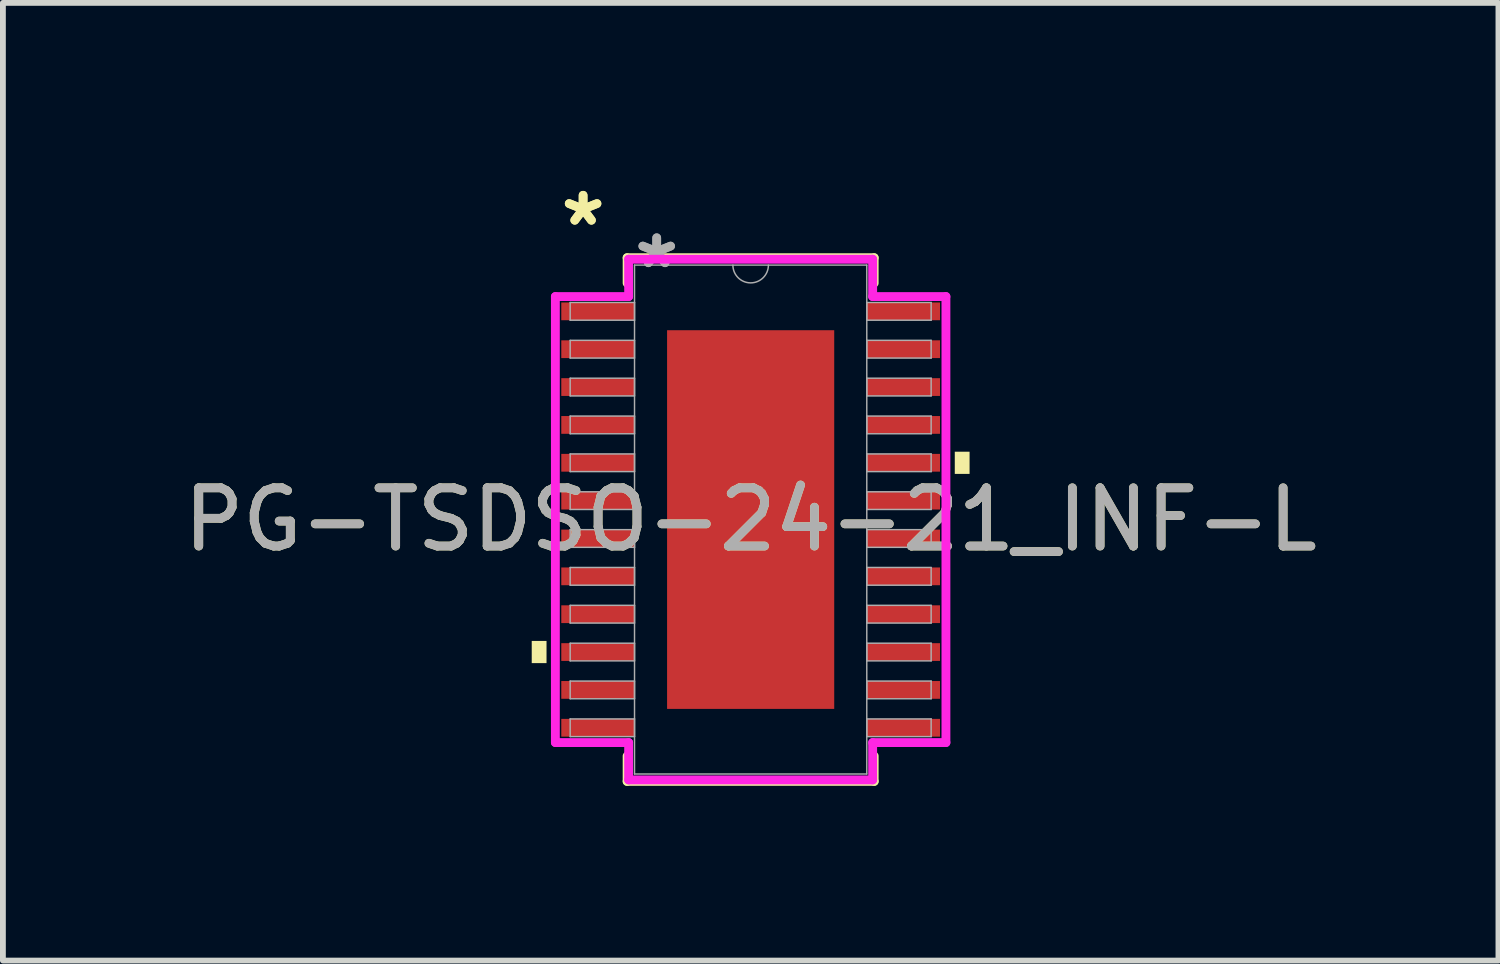
<source format=kicad_pcb>
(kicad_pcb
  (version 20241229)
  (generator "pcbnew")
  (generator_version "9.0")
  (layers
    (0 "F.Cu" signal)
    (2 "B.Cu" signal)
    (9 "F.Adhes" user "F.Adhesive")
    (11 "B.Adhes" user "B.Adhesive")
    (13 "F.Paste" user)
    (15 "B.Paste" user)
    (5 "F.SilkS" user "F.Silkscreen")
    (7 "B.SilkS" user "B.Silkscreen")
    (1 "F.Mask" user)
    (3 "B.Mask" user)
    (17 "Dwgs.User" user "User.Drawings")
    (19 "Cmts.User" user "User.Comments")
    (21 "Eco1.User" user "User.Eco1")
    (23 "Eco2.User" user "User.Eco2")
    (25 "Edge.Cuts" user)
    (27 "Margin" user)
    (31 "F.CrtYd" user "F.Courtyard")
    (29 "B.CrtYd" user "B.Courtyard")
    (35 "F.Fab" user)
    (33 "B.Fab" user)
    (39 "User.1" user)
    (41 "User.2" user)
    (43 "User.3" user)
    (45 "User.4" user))
  (footprint "PG-TSDSO-24-21_INF-L"
    (layer "F.Cu")
    (at 9.839 5.871)
    (property "Reference" "PG-TSDSO-24-21_INF-L" (at 0 0 0) (unlocked yes) (layer "F.SilkS") (effects (font (size 1 1) (thickness 0.15))))
    (attr smd)
    (fp_line (start -2.121 -4.496) (end -2.121 -4.06) (stroke (width 0.152) (type solid)) (layer "F.SilkS"))
    (fp_line (start -2.121 4.06) (end -2.121 4.496) (stroke (width 0.152) (type solid)) (layer "F.SilkS"))
    (fp_line (start -2.121 4.496) (end 2.121 4.496) (stroke (width 0.152) (type solid)) (layer "F.SilkS"))
    (fp_line (start 2.121 -4.496) (end -2.121 -4.496) (stroke (width 0.152) (type solid)) (layer "F.SilkS"))
    (fp_line (start 2.121 -4.06) (end 2.121 -4.496) (stroke (width 0.152) (type solid)) (layer "F.SilkS"))
    (fp_line (start 2.121 4.496) (end 2.121 4.06) (stroke (width 0.152) (type solid)) (layer "F.SilkS"))
    (fp_poly (pts (xy -3.759 2.084) (xy -3.759 2.465) (xy -3.505 2.465) (xy -3.505 2.084)) (stroke (width 0) (type solid)) (fill yes) (layer "F.SilkS"))
    (fp_poly (pts (xy 3.759 -1.165) (xy 3.759 -0.784) (xy 3.505 -0.784) (xy 3.505 -1.165)) (stroke (width 0) (type solid)) (fill yes) (layer "F.SilkS"))
    (fp_poly (pts (xy -1.335 -3.151) (xy -1.335 -2.051) (xy -0.1 -2.051) (xy -0.1 -3.151)) (stroke (width 0) (type solid)) (fill yes) (layer "F.Paste"))
    (fp_poly (pts (xy -1.335 -1.851) (xy -1.335 -0.75) (xy -0.1 -0.75) (xy -0.1 -1.851)) (stroke (width 0) (type solid)) (fill yes) (layer "F.Paste"))
    (fp_poly (pts (xy -1.335 -0.55) (xy -1.335 0.55) (xy -0.1 0.55) (xy -0.1 -0.55)) (stroke (width 0) (type solid)) (fill yes) (layer "F.Paste"))
    (fp_poly (pts (xy -1.335 0.75) (xy -1.335 1.851) (xy -0.1 1.851) (xy -0.1 0.75)) (stroke (width 0) (type solid)) (fill yes) (layer "F.Paste"))
    (fp_poly (pts (xy -1.335 2.051) (xy -1.335 3.151) (xy -0.1 3.151) (xy -0.1 2.051)) (stroke (width 0) (type solid)) (fill yes) (layer "F.Paste"))
    (fp_poly (pts (xy 0.1 -3.151) (xy 0.1 -2.051) (xy 1.335 -2.051) (xy 1.335 -3.151)) (stroke (width 0) (type solid)) (fill yes) (layer "F.Paste"))
    (fp_poly (pts (xy 0.1 -1.851) (xy 0.1 -0.75) (xy 1.335 -0.75) (xy 1.335 -1.851)) (stroke (width 0) (type solid)) (fill yes) (layer "F.Paste"))
    (fp_poly (pts (xy 0.1 -0.55) (xy 0.1 0.55) (xy 1.335 0.55) (xy 1.335 -0.55)) (stroke (width 0) (type solid)) (fill yes) (layer "F.Paste"))
    (fp_poly (pts (xy 0.1 0.75) (xy 0.1 1.851) (xy 1.335 1.851) (xy 1.335 0.75)) (stroke (width 0) (type solid)) (fill yes) (layer "F.Paste"))
    (fp_poly (pts (xy 0.1 2.051) (xy 0.1 3.151) (xy 1.335 3.151) (xy 1.335 2.051)) (stroke (width 0) (type solid)) (fill yes) (layer "F.Paste"))
    (fp_line (start -3.353 -3.829) (end -2.095 -3.829) (stroke (width 0.152) (type solid)) (layer "F.CrtYd"))
    (fp_line (start -3.353 3.829) (end -3.353 -3.829) (stroke (width 0.152) (type solid)) (layer "F.CrtYd"))
    (fp_line (start -3.353 3.829) (end -2.095 3.829) (stroke (width 0.152) (type solid)) (layer "F.CrtYd"))
    (fp_line (start -2.095 -4.47) (end 2.095 -4.47) (stroke (width 0.152) (type solid)) (layer "F.CrtYd"))
    (fp_line (start -2.095 -3.829) (end -2.095 -4.47) (stroke (width 0.152) (type solid)) (layer "F.CrtYd"))
    (fp_line (start -2.095 4.47) (end -2.095 3.829) (stroke (width 0.152) (type solid)) (layer "F.CrtYd"))
    (fp_line (start 2.095 -4.47) (end 2.095 -3.829) (stroke (width 0.152) (type solid)) (layer "F.CrtYd"))
    (fp_line (start 2.095 3.829) (end 2.095 4.47) (stroke (width 0.152) (type solid)) (layer "F.CrtYd"))
    (fp_line (start 2.095 4.47) (end -2.095 4.47) (stroke (width 0.152) (type solid)) (layer "F.CrtYd"))
    (fp_line (start 3.353 -3.829) (end 2.095 -3.829) (stroke (width 0.152) (type solid)) (layer "F.CrtYd"))
    (fp_line (start 3.353 -3.829) (end 3.353 3.829) (stroke (width 0.152) (type solid)) (layer "F.CrtYd"))
    (fp_line (start 3.353 3.829) (end 2.095 3.829) (stroke (width 0.152) (type solid)) (layer "F.CrtYd"))
    (fp_line (start -3.099 -3.727) (end -3.099 -3.423) (stroke (width 0.025) (type solid)) (layer "F.Fab"))
    (fp_line (start -3.099 -3.423) (end -1.994 -3.423) (stroke (width 0.025) (type solid)) (layer "F.Fab"))
    (fp_line (start -3.099 -3.077) (end -3.099 -2.773) (stroke (width 0.025) (type solid)) (layer "F.Fab"))
    (fp_line (start -3.099 -2.773) (end -1.994 -2.773) (stroke (width 0.025) (type solid)) (layer "F.Fab"))
    (fp_line (start -3.099 -2.427) (end -3.099 -2.123) (stroke (width 0.025) (type solid)) (layer "F.Fab"))
    (fp_line (start -3.099 -2.123) (end -1.994 -2.123) (stroke (width 0.025) (type solid)) (layer "F.Fab"))
    (fp_line (start -3.099 -1.777) (end -3.099 -1.473) (stroke (width 0.025) (type solid)) (layer "F.Fab"))
    (fp_line (start -3.099 -1.473) (end -1.994 -1.473) (stroke (width 0.025) (type solid)) (layer "F.Fab"))
    (fp_line (start -3.099 -1.127) (end -3.099 -0.823) (stroke (width 0.025) (type solid)) (layer "F.Fab"))
    (fp_line (start -3.099 -0.823) (end -1.994 -0.823) (stroke (width 0.025) (type solid)) (layer "F.Fab"))
    (fp_line (start -3.099 -0.477) (end -3.099 -0.173) (stroke (width 0.025) (type solid)) (layer "F.Fab"))
    (fp_line (start -3.099 -0.173) (end -1.994 -0.173) (stroke (width 0.025) (type solid)) (layer "F.Fab"))
    (fp_line (start -3.099 0.173) (end -3.099 0.477) (stroke (width 0.025) (type solid)) (layer "F.Fab"))
    (fp_line (start -3.099 0.477) (end -1.994 0.477) (stroke (width 0.025) (type solid)) (layer "F.Fab"))
    (fp_line (start -3.099 0.823) (end -3.099 1.127) (stroke (width 0.025) (type solid)) (layer "F.Fab"))
    (fp_line (start -3.099 1.127) (end -1.994 1.127) (stroke (width 0.025) (type solid)) (layer "F.Fab"))
    (fp_line (start -3.099 1.473) (end -3.099 1.777) (stroke (width 0.025) (type solid)) (layer "F.Fab"))
    (fp_line (start -3.099 1.777) (end -1.994 1.777) (stroke (width 0.025) (type solid)) (layer "F.Fab"))
    (fp_line (start -3.099 2.123) (end -3.099 2.427) (stroke (width 0.025) (type solid)) (layer "F.Fab"))
    (fp_line (start -3.099 2.427) (end -1.994 2.427) (stroke (width 0.025) (type solid)) (layer "F.Fab"))
    (fp_line (start -3.099 2.773) (end -3.099 3.077) (stroke (width 0.025) (type solid)) (layer "F.Fab"))
    (fp_line (start -3.099 3.077) (end -1.994 3.077) (stroke (width 0.025) (type solid)) (layer "F.Fab"))
    (fp_line (start -3.099 3.423) (end -3.099 3.727) (stroke (width 0.025) (type solid)) (layer "F.Fab"))
    (fp_line (start -3.099 3.727) (end -1.994 3.727) (stroke (width 0.025) (type solid)) (layer "F.Fab"))
    (fp_line (start -1.994 -4.369) (end -1.994 4.369) (stroke (width 0.025) (type solid)) (layer "F.Fab"))
    (fp_line (start -1.994 -3.727) (end -3.099 -3.727) (stroke (width 0.025) (type solid)) (layer "F.Fab"))
    (fp_line (start -1.994 -3.423) (end -1.994 -3.727) (stroke (width 0.025) (type solid)) (layer "F.Fab"))
    (fp_line (start -1.994 -3.077) (end -3.099 -3.077) (stroke (width 0.025) (type solid)) (layer "F.Fab"))
    (fp_line (start -1.994 -2.773) (end -1.994 -3.077) (stroke (width 0.025) (type solid)) (layer "F.Fab"))
    (fp_line (start -1.994 -2.427) (end -3.099 -2.427) (stroke (width 0.025) (type solid)) (layer "F.Fab"))
    (fp_line (start -1.994 -2.123) (end -1.994 -2.427) (stroke (width 0.025) (type solid)) (layer "F.Fab"))
    (fp_line (start -1.994 -1.777) (end -3.099 -1.777) (stroke (width 0.025) (type solid)) (layer "F.Fab"))
    (fp_line (start -1.994 -1.473) (end -1.994 -1.777) (stroke (width 0.025) (type solid)) (layer "F.Fab"))
    (fp_line (start -1.994 -1.127) (end -3.099 -1.127) (stroke (width 0.025) (type solid)) (layer "F.Fab"))
    (fp_line (start -1.994 -0.823) (end -1.994 -1.127) (stroke (width 0.025) (type solid)) (layer "F.Fab"))
    (fp_line (start -1.994 -0.477) (end -3.099 -0.477) (stroke (width 0.025) (type solid)) (layer "F.Fab"))
    (fp_line (start -1.994 -0.173) (end -1.994 -0.477) (stroke (width 0.025) (type solid)) (layer "F.Fab"))
    (fp_line (start -1.994 0.173) (end -3.099 0.173) (stroke (width 0.025) (type solid)) (layer "F.Fab"))
    (fp_line (start -1.994 0.477) (end -1.994 0.173) (stroke (width 0.025) (type solid)) (layer "F.Fab"))
    (fp_line (start -1.994 0.823) (end -3.099 0.823) (stroke (width 0.025) (type solid)) (layer "F.Fab"))
    (fp_line (start -1.994 1.127) (end -1.994 0.823) (stroke (width 0.025) (type solid)) (layer "F.Fab"))
    (fp_line (start -1.994 1.473) (end -3.099 1.473) (stroke (width 0.025) (type solid)) (layer "F.Fab"))
    (fp_line (start -1.994 1.777) (end -1.994 1.473) (stroke (width 0.025) (type solid)) (layer "F.Fab"))
    (fp_line (start -1.994 2.123) (end -3.099 2.123) (stroke (width 0.025) (type solid)) (layer "F.Fab"))
    (fp_line (start -1.994 2.427) (end -1.994 2.123) (stroke (width 0.025) (type solid)) (layer "F.Fab"))
    (fp_line (start -1.994 2.773) (end -3.099 2.773) (stroke (width 0.025) (type solid)) (layer "F.Fab"))
    (fp_line (start -1.994 3.077) (end -1.994 2.773) (stroke (width 0.025) (type solid)) (layer "F.Fab"))
    (fp_line (start -1.994 3.423) (end -3.099 3.423) (stroke (width 0.025) (type solid)) (layer "F.Fab"))
    (fp_line (start -1.994 3.727) (end -1.994 3.423) (stroke (width 0.025) (type solid)) (layer "F.Fab"))
    (fp_line (start -1.994 4.369) (end 1.994 4.369) (stroke (width 0.025) (type solid)) (layer "F.Fab"))
    (fp_line (start 1.994 -4.369) (end -1.994 -4.369) (stroke (width 0.025) (type solid)) (layer "F.Fab"))
    (fp_line (start 1.994 -3.727) (end 1.994 -3.423) (stroke (width 0.025) (type solid)) (layer "F.Fab"))
    (fp_line (start 1.994 -3.423) (end 3.099 -3.423) (stroke (width 0.025) (type solid)) (layer "F.Fab"))
    (fp_line (start 1.994 -3.077) (end 1.994 -2.773) (stroke (width 0.025) (type solid)) (layer "F.Fab"))
    (fp_line (start 1.994 -2.773) (end 3.099 -2.773) (stroke (width 0.025) (type solid)) (layer "F.Fab"))
    (fp_line (start 1.994 -2.427) (end 1.994 -2.123) (stroke (width 0.025) (type solid)) (layer "F.Fab"))
    (fp_line (start 1.994 -2.123) (end 3.099 -2.123) (stroke (width 0.025) (type solid)) (layer "F.Fab"))
    (fp_line (start 1.994 -1.777) (end 1.994 -1.473) (stroke (width 0.025) (type solid)) (layer "F.Fab"))
    (fp_line (start 1.994 -1.473) (end 3.099 -1.473) (stroke (width 0.025) (type solid)) (layer "F.Fab"))
    (fp_line (start 1.994 -1.127) (end 1.994 -0.823) (stroke (width 0.025) (type solid)) (layer "F.Fab"))
    (fp_line (start 1.994 -0.823) (end 3.099 -0.823) (stroke (width 0.025) (type solid)) (layer "F.Fab"))
    (fp_line (start 1.994 -0.477) (end 1.994 -0.173) (stroke (width 0.025) (type solid)) (layer "F.Fab"))
    (fp_line (start 1.994 -0.173) (end 3.099 -0.173) (stroke (width 0.025) (type solid)) (layer "F.Fab"))
    (fp_line (start 1.994 0.173) (end 1.994 0.477) (stroke (width 0.025) (type solid)) (layer "F.Fab"))
    (fp_line (start 1.994 0.477) (end 3.099 0.477) (stroke (width 0.025) (type solid)) (layer "F.Fab"))
    (fp_line (start 1.994 0.823) (end 1.994 1.127) (stroke (width 0.025) (type solid)) (layer "F.Fab"))
    (fp_line (start 1.994 1.127) (end 3.099 1.127) (stroke (width 0.025) (type solid)) (layer "F.Fab"))
    (fp_line (start 1.994 1.473) (end 1.994 1.777) (stroke (width 0.025) (type solid)) (layer "F.Fab"))
    (fp_line (start 1.994 1.777) (end 3.099 1.777) (stroke (width 0.025) (type solid)) (layer "F.Fab"))
    (fp_line (start 1.994 2.123) (end 1.994 2.427) (stroke (width 0.025) (type solid)) (layer "F.Fab"))
    (fp_line (start 1.994 2.427) (end 3.099 2.427) (stroke (width 0.025) (type solid)) (layer "F.Fab"))
    (fp_line (start 1.994 2.773) (end 1.994 3.077) (stroke (width 0.025) (type solid)) (layer "F.Fab"))
    (fp_line (start 1.994 3.077) (end 3.099 3.077) (stroke (width 0.025) (type solid)) (layer "F.Fab"))
    (fp_line (start 1.994 3.423) (end 1.994 3.727) (stroke (width 0.025) (type solid)) (layer "F.Fab"))
    (fp_line (start 1.994 3.727) (end 3.099 3.727) (stroke (width 0.025) (type solid)) (layer "F.Fab"))
    (fp_line (start 1.994 4.369) (end 1.994 -4.369) (stroke (width 0.025) (type solid)) (layer "F.Fab"))
    (fp_line (start 3.099 -3.727) (end 1.994 -3.727) (stroke (width 0.025) (type solid)) (layer "F.Fab"))
    (fp_line (start 3.099 -3.423) (end 3.099 -3.727) (stroke (width 0.025) (type solid)) (layer "F.Fab"))
    (fp_line (start 3.099 -3.077) (end 1.994 -3.077) (stroke (width 0.025) (type solid)) (layer "F.Fab"))
    (fp_line (start 3.099 -2.773) (end 3.099 -3.077) (stroke (width 0.025) (type solid)) (layer "F.Fab"))
    (fp_line (start 3.099 -2.427) (end 1.994 -2.427) (stroke (width 0.025) (type solid)) (layer "F.Fab"))
    (fp_line (start 3.099 -2.123) (end 3.099 -2.427) (stroke (width 0.025) (type solid)) (layer "F.Fab"))
    (fp_line (start 3.099 -1.777) (end 1.994 -1.777) (stroke (width 0.025) (type solid)) (layer "F.Fab"))
    (fp_line (start 3.099 -1.473) (end 3.099 -1.777) (stroke (width 0.025) (type solid)) (layer "F.Fab"))
    (fp_line (start 3.099 -1.127) (end 1.994 -1.127) (stroke (width 0.025) (type solid)) (layer "F.Fab"))
    (fp_line (start 3.099 -0.823) (end 3.099 -1.127) (stroke (width 0.025) (type solid)) (layer "F.Fab"))
    (fp_line (start 3.099 -0.477) (end 1.994 -0.477) (stroke (width 0.025) (type solid)) (layer "F.Fab"))
    (fp_line (start 3.099 -0.173) (end 3.099 -0.477) (stroke (width 0.025) (type solid)) (layer "F.Fab"))
    (fp_line (start 3.099 0.173) (end 1.994 0.173) (stroke (width 0.025) (type solid)) (layer "F.Fab"))
    (fp_line (start 3.099 0.477) (end 3.099 0.173) (stroke (width 0.025) (type solid)) (layer "F.Fab"))
    (fp_line (start 3.099 0.823) (end 1.994 0.823) (stroke (width 0.025) (type solid)) (layer "F.Fab"))
    (fp_line (start 3.099 1.127) (end 3.099 0.823) (stroke (width 0.025) (type solid)) (layer "F.Fab"))
    (fp_line (start 3.099 1.473) (end 1.994 1.473) (stroke (width 0.025) (type solid)) (layer "F.Fab"))
    (fp_line (start 3.099 1.777) (end 3.099 1.473) (stroke (width 0.025) (type solid)) (layer "F.Fab"))
    (fp_line (start 3.099 2.123) (end 1.994 2.123) (stroke (width 0.025) (type solid)) (layer "F.Fab"))
    (fp_line (start 3.099 2.427) (end 3.099 2.123) (stroke (width 0.025) (type solid)) (layer "F.Fab"))
    (fp_line (start 3.099 2.773) (end 1.994 2.773) (stroke (width 0.025) (type solid)) (layer "F.Fab"))
    (fp_line (start 3.099 3.077) (end 3.099 2.773) (stroke (width 0.025) (type solid)) (layer "F.Fab"))
    (fp_line (start 3.099 3.423) (end 1.994 3.423) (stroke (width 0.025) (type solid)) (layer "F.Fab"))
    (fp_line (start 3.099 3.727) (end 3.099 3.423) (stroke (width 0.025) (type solid)) (layer "F.Fab"))
    (fp_arc (start 0.3048 -4.3688) (mid 0 -4.064) (end -0.3048 -4.3688) (stroke (width 0.0254) (type solid)) (layer "F.Fab"))
    (fp_text user "*" (at -2.877 -5.023 0) (layer "F.SilkS") (effects (font (size 1 1) (thickness 0.15))))
    (fp_text user "*" (at -2.877 -5.023 0) (unlocked yes) (layer "F.SilkS") (effects (font (size 1 1) (thickness 0.15))))
    (fp_text user "*" (at -1.613 -4.293 0) (unlocked yes) (layer "F.Fab") (effects (font (size 1 1) (thickness 0.15))))
    (fp_text user "*" (at -1.613 -4.293 0) (layer "F.Fab") (effects (font (size 1 1) (thickness 0.15))))
    (fp_text user "${REFERENCE}" (at 0 0 0) (unlocked yes) (layer "F.Fab") (effects (font (size 1 1) (thickness 0.15))))
    (pad "1" smd rect (at -2.623 -3.575) (size 1.257 0.305) (layers "F.Cu" "F.Mask" "F.Paste"))
    (pad "2" smd rect (at -2.623 -2.925) (size 1.257 0.305) (layers "F.Cu" "F.Mask" "F.Paste"))
    (pad "3" smd rect (at -2.623 -2.275) (size 1.257 0.305) (layers "F.Cu" "F.Mask" "F.Paste"))
    (pad "4" smd rect (at -2.623 -1.625) (size 1.257 0.305) (layers "F.Cu" "F.Mask" "F.Paste"))
    (pad "5" smd rect (at -2.623 -0.975) (size 1.257 0.305) (layers "F.Cu" "F.Mask" "F.Paste"))
    (pad "6" smd rect (at -2.623 -0.325) (size 1.257 0.305) (layers "F.Cu" "F.Mask" "F.Paste"))
    (pad "7" smd rect (at -2.623 0.325) (size 1.257 0.305) (layers "F.Cu" "F.Mask" "F.Paste"))
    (pad "8" smd rect (at -2.623 0.975) (size 1.257 0.305) (layers "F.Cu" "F.Mask" "F.Paste"))
    (pad "9" smd rect (at -2.623 1.625) (size 1.257 0.305) (layers "F.Cu" "F.Mask" "F.Paste"))
    (pad "10" smd rect (at -2.623 2.275) (size 1.257 0.305) (layers "F.Cu" "F.Mask" "F.Paste"))
    (pad "11" smd rect (at -2.623 2.925) (size 1.257 0.305) (layers "F.Cu" "F.Mask" "F.Paste"))
    (pad "12" smd rect (at -2.623 3.575) (size 1.257 0.305) (layers "F.Cu" "F.Mask" "F.Paste"))
    (pad "13" smd rect (at 2.623 3.575) (size 1.257 0.305) (layers "F.Cu" "F.Mask" "F.Paste"))
    (pad "14" smd rect (at 2.623 2.925) (size 1.257 0.305) (layers "F.Cu" "F.Mask" "F.Paste"))
    (pad "15" smd rect (at 2.623 2.275) (size 1.257 0.305) (layers "F.Cu" "F.Mask" "F.Paste"))
    (pad "16" smd rect (at 2.623 1.625) (size 1.257 0.305) (layers "F.Cu" "F.Mask" "F.Paste"))
    (pad "17" smd rect (at 2.623 0.975) (size 1.257 0.305) (layers "F.Cu" "F.Mask" "F.Paste"))
    (pad "18" smd rect (at 2.623 0.325) (size 1.257 0.305) (layers "F.Cu" "F.Mask" "F.Paste"))
    (pad "19" smd rect (at 2.623 -0.325) (size 1.257 0.305) (layers "F.Cu" "F.Mask" "F.Paste"))
    (pad "20" smd rect (at 2.623 -0.975) (size 1.257 0.305) (layers "F.Cu" "F.Mask" "F.Paste"))
    (pad "21" smd rect (at 2.623 -1.625) (size 1.257 0.305) (layers "F.Cu" "F.Mask" "F.Paste"))
    (pad "22" smd rect (at 2.623 -2.275) (size 1.257 0.305) (layers "F.Cu" "F.Mask" "F.Paste"))
    (pad "23" smd rect (at 2.623 -2.925) (size 1.257 0.305) (layers "F.Cu" "F.Mask" "F.Paste"))
    (pad "24" smd rect (at 2.623 -3.575) (size 1.257 0.305) (layers "F.Cu" "F.Mask" "F.Paste"))
    (pad "EPAD" smd rect (at 0 0) (size 2.87 6.502) (layers "F.Cu" "F.Mask")))
  (gr_rect
    (start -3 -3)
    (end 22.679 13.443)
    (stroke (width 0.1) (type default))
    (fill no)
    (layer "Edge.Cuts")))
</source>
